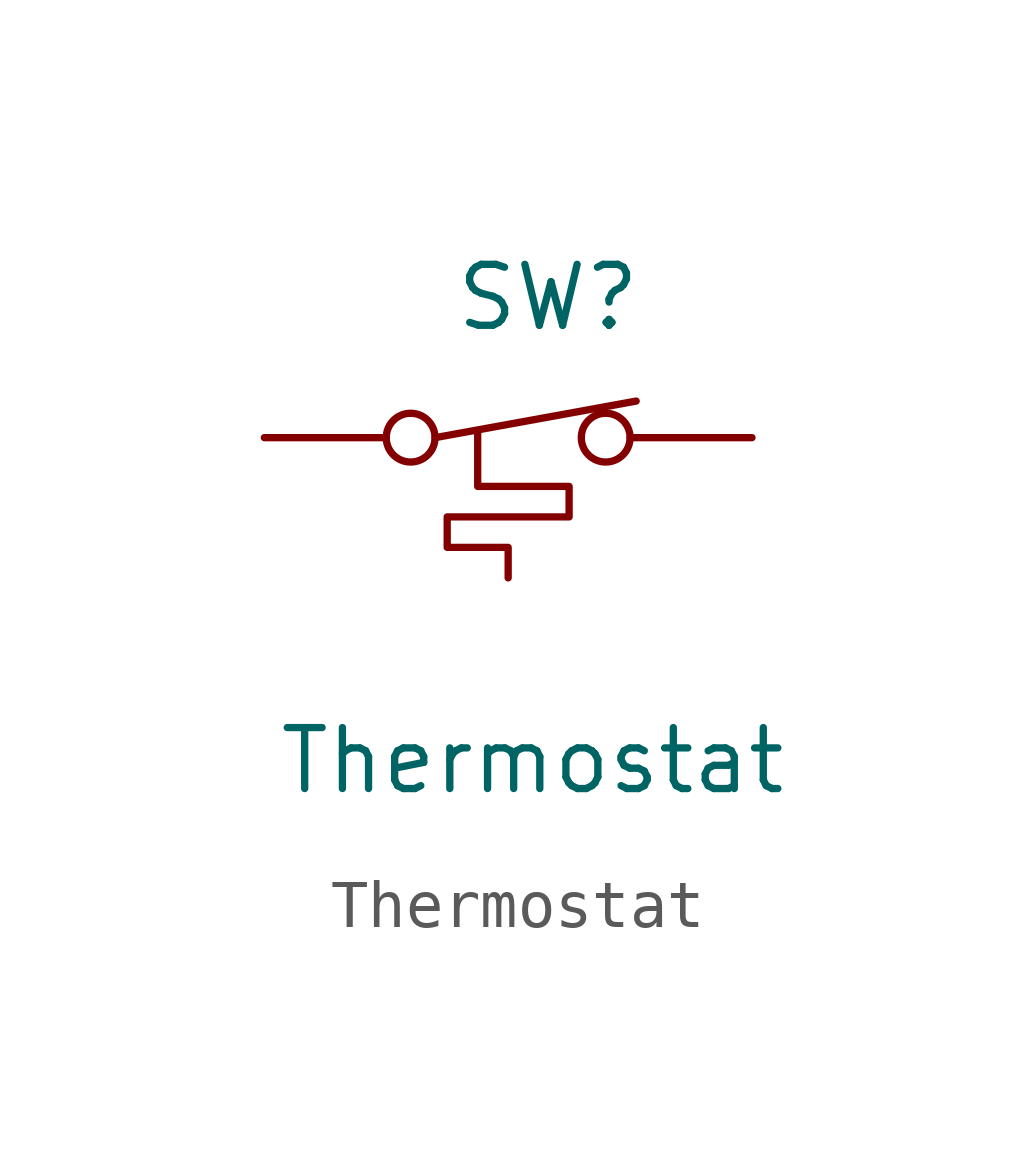
<source format=kicad_sym>
(kicad_symbol_lib
  (version 20211014)
  (generator kicad_symbol_editor)
  (symbol "Thermostat"
    (pin_numbers hide)
    (pin_names
      (offset 1.016) hide)
    (property "Reference" "SW"
      (at -1.143 2.921 0)
      (effects (font (size 1.27 1.27)) (justify left)))
    (property "Value" "Thermostat"
      (at 0.508 -6.731 0)
      (effects (font (size 1.27 1.27))))
    (symbol "Thermostat_0_1"
      (circle (center -2.032 0) (radius 0.508) (stroke (width 0) (type default) (color 0 0 0 0)) (fill (type none)))
      (polyline (pts (xy 2.667 0.762) (xy -1.524 0)) (stroke (width 0) (type default) (color 0 0 0 0)) (fill (type none)))
      (polyline (pts (xy -0.635 0.127) (xy -0.635 -1.016) (xy 1.27 -1.016) (xy 1.27 -1.651) (xy -1.27 -1.651) (xy -1.27 -2.286) (xy 0 -2.286) (xy 0 -2.921)) (stroke (width 0) (type default) (color 0 0 0 0)) (fill (type none)))
      (circle (center 2.032 0) (radius 0.508) (stroke (width 0) (type default) (color 0 0 0 0)) (fill (type none)))
      (pin passive line (at -5.08 0 0) (length 2.54) (name "1" (effects (font (size 1.27 1.27)))) (number "1" (effects (font (size 1.27 1.27)))))
      (pin passive line (at 5.08 0 180) (length 2.54) (name "2" (effects (font (size 1.27 1.27)))) (number "2" (effects (font (size 1.27 1.27))))))))
</source>
